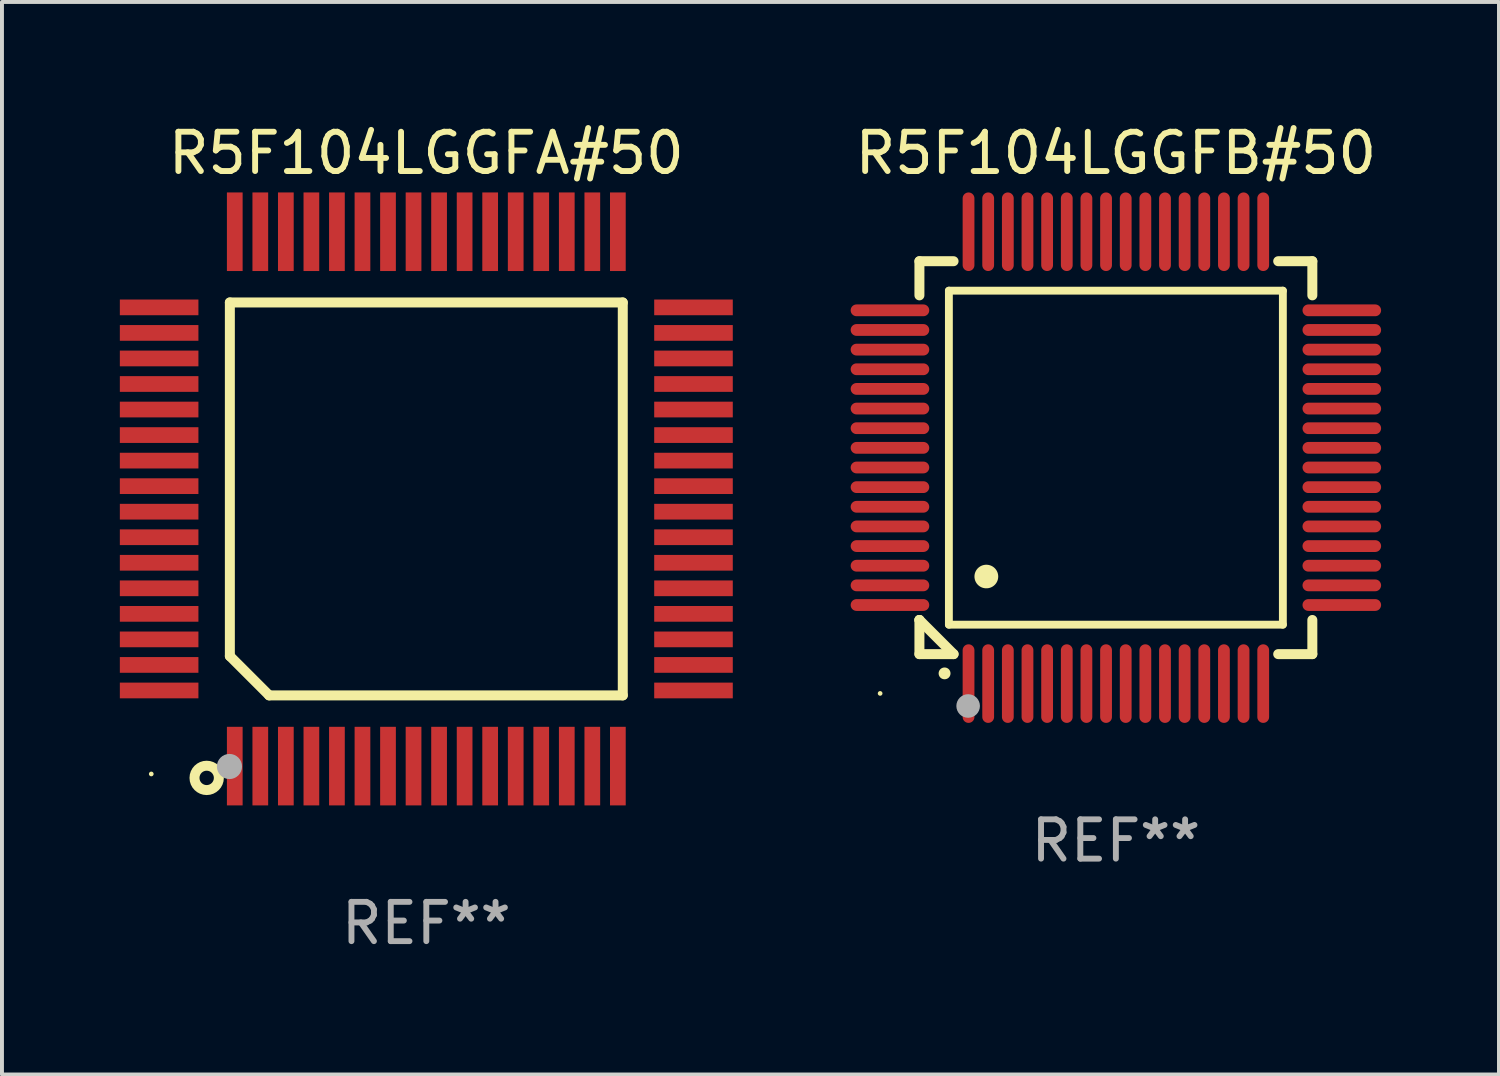
<source format=kicad_pcb>
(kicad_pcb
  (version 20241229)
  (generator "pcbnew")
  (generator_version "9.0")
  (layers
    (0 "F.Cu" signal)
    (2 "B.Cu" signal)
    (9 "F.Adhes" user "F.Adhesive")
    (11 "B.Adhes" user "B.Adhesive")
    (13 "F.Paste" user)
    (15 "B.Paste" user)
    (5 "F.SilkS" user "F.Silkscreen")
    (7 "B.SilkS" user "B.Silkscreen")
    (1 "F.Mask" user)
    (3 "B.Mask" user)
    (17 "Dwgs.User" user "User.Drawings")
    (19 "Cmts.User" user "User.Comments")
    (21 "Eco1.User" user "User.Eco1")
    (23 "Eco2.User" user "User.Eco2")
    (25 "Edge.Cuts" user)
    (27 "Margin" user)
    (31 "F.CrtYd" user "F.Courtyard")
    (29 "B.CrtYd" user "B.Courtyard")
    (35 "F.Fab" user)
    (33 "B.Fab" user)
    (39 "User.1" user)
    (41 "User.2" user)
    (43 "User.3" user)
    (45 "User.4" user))
  (footprint "R5F104LGGFB#50"
    (layer "F.Cu")
    (at 25.35 8.598)
    (property "Reference" "R5F104LGGFB#50" (at 0 -7.75 0) (layer "F.SilkS") (effects (font (size 1 1) (thickness 0.15))))
    (attr through_hole)
    (fp_line (start -5 -5) (end -4.131 -5) (stroke (width 0.254) (type solid)) (layer "F.SilkS"))
    (fp_line (start -5 -4.131) (end -5 -5) (stroke (width 0.254) (type solid)) (layer "F.SilkS"))
    (fp_line (start -5 4.131) (end -5 4.131) (stroke (width 0.254) (type solid)) (layer "F.SilkS"))
    (fp_line (start -5 5) (end -5 4.131) (stroke (width 0.254) (type solid)) (layer "F.SilkS"))
    (fp_line (start -5 4.131) (end -4.131 5) (stroke (width 0.254) (type solid)) (layer "F.SilkS"))
    (fp_line (start -4.25 -4.25) (end -4.25 4.25) (stroke (width 0.2) (type solid)) (layer "F.SilkS"))
    (fp_line (start -4.25 4.25) (end 4.25 4.25) (stroke (width 0.2) (type solid)) (layer "F.SilkS"))
    (fp_line (start -4.131 5) (end -5 5) (stroke (width 0.254) (type solid)) (layer "F.SilkS"))
    (fp_line (start 4.25 -4.25) (end -4.25 -4.25) (stroke (width 0.2) (type solid)) (layer "F.SilkS"))
    (fp_line (start 4.25 4.25) (end 4.25 -4.25) (stroke (width 0.2) (type solid)) (layer "F.SilkS"))
    (fp_line (start 5 -5) (end 4.131 -5) (stroke (width 0.254) (type solid)) (layer "F.SilkS"))
    (fp_line (start 5 -5) (end 5 -4.131) (stroke (width 0.254) (type solid)) (layer "F.SilkS"))
    (fp_line (start 5 4.131) (end 5 5) (stroke (width 0.254) (type solid)) (layer "F.SilkS"))
    (fp_line (start 5 5) (end 4.131 5) (stroke (width 0.254) (type solid)) (layer "F.SilkS"))
    (fp_arc (start -4.361265 5.489992) (mid -4.359995 5.489987) (end -4.358725 5.489992) (stroke (width 0.3) (type solid)) (layer "F.SilkS"))
    (fp_arc (start -3.299467 3.025146) (mid -3.296927 3.025135) (end -3.294387 3.025146) (stroke (width 0.6) (type solid)) (layer "F.SilkS"))
    (fp_circle (center -6 6) (end -5.97 6) (stroke (width 0.06) (type solid)) (fill no) (layer "F.SilkS"))
    (fp_circle (center -3.76 6.32) (end -3.61 6.32) (stroke (width 0.3) (type solid)) (fill no) (layer "F.Fab"))
    (fp_text user "REF**" (at 0 9.75 0) (layer "F.Fab") (effects (font (size 1 1) (thickness 0.15))))
    (pad "1" smd oval (at -3.75 5.75) (size 0.3 2) (layers "F.Cu" "F.Mask" "F.Paste"))
    (pad "2" smd oval (at -3.25 5.75) (size 0.3 2) (layers "F.Cu" "F.Mask" "F.Paste"))
    (pad "3" smd oval (at -2.75 5.75) (size 0.3 2) (layers "F.Cu" "F.Mask" "F.Paste"))
    (pad "4" smd oval (at -2.25 5.75) (size 0.3 2) (layers "F.Cu" "F.Mask" "F.Paste"))
    (pad "5" smd oval (at -1.75 5.75) (size 0.3 2) (layers "F.Cu" "F.Mask" "F.Paste"))
    (pad "6" smd oval (at -1.25 5.75) (size 0.3 2) (layers "F.Cu" "F.Mask" "F.Paste"))
    (pad "7" smd oval (at -0.75 5.75) (size 0.3 2) (layers "F.Cu" "F.Mask" "F.Paste"))
    (pad "8" smd oval (at -0.25 5.75) (size 0.3 2) (layers "F.Cu" "F.Mask" "F.Paste"))
    (pad "9" smd oval (at 0.25 5.75) (size 0.3 2) (layers "F.Cu" "F.Mask" "F.Paste"))
    (pad "10" smd oval (at 0.75 5.75) (size 0.3 2) (layers "F.Cu" "F.Mask" "F.Paste"))
    (pad "11" smd oval (at 1.25 5.75) (size 0.3 2) (layers "F.Cu" "F.Mask" "F.Paste"))
    (pad "12" smd oval (at 1.75 5.75) (size 0.3 2) (layers "F.Cu" "F.Mask" "F.Paste"))
    (pad "13" smd oval (at 2.25 5.75) (size 0.3 2) (layers "F.Cu" "F.Mask" "F.Paste"))
    (pad "14" smd oval (at 2.75 5.75) (size 0.3 2) (layers "F.Cu" "F.Mask" "F.Paste"))
    (pad "15" smd oval (at 3.25 5.75) (size 0.3 2) (layers "F.Cu" "F.Mask" "F.Paste"))
    (pad "16" smd oval (at 3.75 5.75) (size 0.3 2) (layers "F.Cu" "F.Mask" "F.Paste"))
    (pad "17" smd oval (at 5.75 3.75) (size 2 0.3) (layers "F.Cu" "F.Mask" "F.Paste"))
    (pad "18" smd oval (at 5.75 3.25) (size 2 0.3) (layers "F.Cu" "F.Mask" "F.Paste"))
    (pad "19" smd oval (at 5.75 2.75) (size 2 0.3) (layers "F.Cu" "F.Mask" "F.Paste"))
    (pad "20" smd oval (at 5.75 2.25) (size 2 0.3) (layers "F.Cu" "F.Mask" "F.Paste"))
    (pad "21" smd oval (at 5.75 1.75) (size 2 0.3) (layers "F.Cu" "F.Mask" "F.Paste"))
    (pad "22" smd oval (at 5.75 1.25) (size 2 0.3) (layers "F.Cu" "F.Mask" "F.Paste"))
    (pad "23" smd oval (at 5.75 0.75) (size 2 0.3) (layers "F.Cu" "F.Mask" "F.Paste"))
    (pad "24" smd oval (at 5.75 0.25) (size 2 0.3) (layers "F.Cu" "F.Mask" "F.Paste"))
    (pad "25" smd oval (at 5.75 -0.25) (size 2 0.3) (layers "F.Cu" "F.Mask" "F.Paste"))
    (pad "26" smd oval (at 5.75 -0.75) (size 2 0.3) (layers "F.Cu" "F.Mask" "F.Paste"))
    (pad "27" smd oval (at 5.75 -1.25) (size 2 0.3) (layers "F.Cu" "F.Mask" "F.Paste"))
    (pad "28" smd oval (at 5.75 -1.75) (size 2 0.3) (layers "F.Cu" "F.Mask" "F.Paste"))
    (pad "29" smd oval (at 5.75 -2.25) (size 2 0.3) (layers "F.Cu" "F.Mask" "F.Paste"))
    (pad "30" smd oval (at 5.75 -2.75) (size 2 0.3) (layers "F.Cu" "F.Mask" "F.Paste"))
    (pad "31" smd oval (at 5.75 -3.25) (size 2 0.3) (layers "F.Cu" "F.Mask" "F.Paste"))
    (pad "32" smd oval (at 5.75 -3.75) (size 2 0.3) (layers "F.Cu" "F.Mask" "F.Paste"))
    (pad "33" smd oval (at 3.75 -5.75) (size 0.3 2) (layers "F.Cu" "F.Mask" "F.Paste"))
    (pad "34" smd oval (at 3.25 -5.75) (size 0.3 2) (layers "F.Cu" "F.Mask" "F.Paste"))
    (pad "35" smd oval (at 2.75 -5.75) (size 0.3 2) (layers "F.Cu" "F.Mask" "F.Paste"))
    (pad "36" smd oval (at 2.25 -5.75) (size 0.3 2) (layers "F.Cu" "F.Mask" "F.Paste"))
    (pad "37" smd oval (at 1.75 -5.75) (size 0.3 2) (layers "F.Cu" "F.Mask" "F.Paste"))
    (pad "38" smd oval (at 1.25 -5.75) (size 0.3 2) (layers "F.Cu" "F.Mask" "F.Paste"))
    (pad "39" smd oval (at 0.75 -5.75) (size 0.3 2) (layers "F.Cu" "F.Mask" "F.Paste"))
    (pad "40" smd oval (at 0.25 -5.75) (size 0.3 2) (layers "F.Cu" "F.Mask" "F.Paste"))
    (pad "41" smd oval (at -0.25 -5.75) (size 0.3 2) (layers "F.Cu" "F.Mask" "F.Paste"))
    (pad "42" smd oval (at -0.75 -5.75) (size 0.3 2) (layers "F.Cu" "F.Mask" "F.Paste"))
    (pad "43" smd oval (at -1.25 -5.75) (size 0.3 2) (layers "F.Cu" "F.Mask" "F.Paste"))
    (pad "44" smd oval (at -1.75 -5.75) (size 0.3 2) (layers "F.Cu" "F.Mask" "F.Paste"))
    (pad "45" smd oval (at -2.25 -5.75) (size 0.3 2) (layers "F.Cu" "F.Mask" "F.Paste"))
    (pad "46" smd oval (at -2.75 -5.75) (size 0.3 2) (layers "F.Cu" "F.Mask" "F.Paste"))
    (pad "47" smd oval (at -3.25 -5.75) (size 0.3 2) (layers "F.Cu" "F.Mask" "F.Paste"))
    (pad "48" smd oval (at -3.75 -5.75) (size 0.3 2) (layers "F.Cu" "F.Mask" "F.Paste"))
    (pad "49" smd oval (at -5.75 -3.75) (size 2 0.3) (layers "F.Cu" "F.Mask" "F.Paste"))
    (pad "50" smd oval (at -5.75 -3.25) (size 2 0.3) (layers "F.Cu" "F.Mask" "F.Paste"))
    (pad "51" smd oval (at -5.75 -2.75) (size 2 0.3) (layers "F.Cu" "F.Mask" "F.Paste"))
    (pad "52" smd oval (at -5.75 -2.25) (size 2 0.3) (layers "F.Cu" "F.Mask" "F.Paste"))
    (pad "53" smd oval (at -5.75 -1.75) (size 2 0.3) (layers "F.Cu" "F.Mask" "F.Paste"))
    (pad "54" smd oval (at -5.75 -1.25) (size 2 0.3) (layers "F.Cu" "F.Mask" "F.Paste"))
    (pad "55" smd oval (at -5.75 -0.75) (size 2 0.3) (layers "F.Cu" "F.Mask" "F.Paste"))
    (pad "56" smd oval (at -5.75 -0.25) (size 2 0.3) (layers "F.Cu" "F.Mask" "F.Paste"))
    (pad "57" smd oval (at -5.75 0.25) (size 2 0.3) (layers "F.Cu" "F.Mask" "F.Paste"))
    (pad "58" smd oval (at -5.75 0.75) (size 2 0.3) (layers "F.Cu" "F.Mask" "F.Paste"))
    (pad "59" smd oval (at -5.75 1.25) (size 2 0.3) (layers "F.Cu" "F.Mask" "F.Paste"))
    (pad "60" smd oval (at -5.75 1.75) (size 2 0.3) (layers "F.Cu" "F.Mask" "F.Paste"))
    (pad "61" smd oval (at -5.75 2.25) (size 2 0.3) (layers "F.Cu" "F.Mask" "F.Paste"))
    (pad "62" smd oval (at -5.75 2.75) (size 2 0.3) (layers "F.Cu" "F.Mask" "F.Paste"))
    (pad "63" smd oval (at -5.75 3.25) (size 2 0.3) (layers "F.Cu" "F.Mask" "F.Paste"))
    (pad "64" smd oval (at -5.75 3.75) (size 2 0.3) (layers "F.Cu" "F.Mask" "F.Paste")))
  (footprint "R5F104LGGFA#50"
    (layer "F.Cu")
    (at 7.8 9.648)
    (property "Reference" "R5F104LGGFA#50" (at 0 -8.8 0) (layer "F.SilkS") (effects (font (size 1 1) (thickness 0.15))))
    (attr through_hole)
    (fp_line (start -5 -5) (end 5 -5) (stroke (width 0.254) (type solid)) (layer "F.SilkS"))
    (fp_line (start -5 4) (end -5 -5) (stroke (width 0.254) (type solid)) (layer "F.SilkS"))
    (fp_line (start -4 5) (end -5 4) (stroke (width 0.254) (type solid)) (layer "F.SilkS"))
    (fp_line (start 5 -5) (end 5 5) (stroke (width 0.254) (type solid)) (layer "F.SilkS"))
    (fp_line (start 5 5) (end -4 5) (stroke (width 0.254) (type solid)) (layer "F.SilkS"))
    (fp_circle (center -7 7) (end -6.97 7) (stroke (width 0.06) (type solid)) (fill no) (layer "F.SilkS"))
    (fp_circle (center -5.59 7.1) (end -5.28 7.1) (stroke (width 0.254) (type solid)) (fill no) (layer "F.SilkS"))
    (fp_circle (center -5.01 6.81) (end -4.85 6.81) (stroke (width 0.32) (type solid)) (fill no) (layer "F.Fab"))
    (fp_text user "REF**" (at 0 10.8 0) (layer "F.Fab") (effects (font (size 1 1) (thickness 0.15))))
    (pad "1" smd rect (at -4.875 6.8) (size 0.4 2) (layers "F.Cu" "F.Mask" "F.Paste"))
    (pad "2" smd rect (at -4.225 6.8) (size 0.4 2) (layers "F.Cu" "F.Mask" "F.Paste"))
    (pad "3" smd rect (at -3.575 6.8) (size 0.4 2) (layers "F.Cu" "F.Mask" "F.Paste"))
    (pad "4" smd rect (at -2.925 6.8) (size 0.4 2) (layers "F.Cu" "F.Mask" "F.Paste"))
    (pad "5" smd rect (at -2.275 6.8) (size 0.4 2) (layers "F.Cu" "F.Mask" "F.Paste"))
    (pad "6" smd rect (at -1.625 6.8) (size 0.4 2) (layers "F.Cu" "F.Mask" "F.Paste"))
    (pad "7" smd rect (at -0.975 6.8) (size 0.4 2) (layers "F.Cu" "F.Mask" "F.Paste"))
    (pad "8" smd rect (at -0.325 6.8) (size 0.4 2) (layers "F.Cu" "F.Mask" "F.Paste"))
    (pad "9" smd rect (at 0.325 6.8) (size 0.4 2) (layers "F.Cu" "F.Mask" "F.Paste"))
    (pad "10" smd rect (at 0.975 6.8) (size 0.4 2) (layers "F.Cu" "F.Mask" "F.Paste"))
    (pad "11" smd rect (at 1.625 6.8) (size 0.4 2) (layers "F.Cu" "F.Mask" "F.Paste"))
    (pad "12" smd rect (at 2.275 6.8) (size 0.4 2) (layers "F.Cu" "F.Mask" "F.Paste"))
    (pad "13" smd rect (at 2.925 6.8) (size 0.4 2) (layers "F.Cu" "F.Mask" "F.Paste"))
    (pad "14" smd rect (at 3.575 6.8) (size 0.4 2) (layers "F.Cu" "F.Mask" "F.Paste"))
    (pad "15" smd rect (at 4.225 6.8) (size 0.4 2) (layers "F.Cu" "F.Mask" "F.Paste"))
    (pad "16" smd rect (at 4.875 6.8) (size 0.4 2) (layers "F.Cu" "F.Mask" "F.Paste"))
    (pad "17" smd rect (at 6.8 4.875) (size 2 0.4) (layers "F.Cu" "F.Mask" "F.Paste"))
    (pad "18" smd rect (at 6.8 4.225) (size 2 0.4) (layers "F.Cu" "F.Mask" "F.Paste"))
    (pad "19" smd rect (at 6.8 3.575) (size 2 0.4) (layers "F.Cu" "F.Mask" "F.Paste"))
    (pad "20" smd rect (at 6.8 2.925) (size 2 0.4) (layers "F.Cu" "F.Mask" "F.Paste"))
    (pad "21" smd rect (at 6.8 2.275) (size 2 0.4) (layers "F.Cu" "F.Mask" "F.Paste"))
    (pad "22" smd rect (at 6.8 1.625) (size 2 0.4) (layers "F.Cu" "F.Mask" "F.Paste"))
    (pad "23" smd rect (at 6.8 0.975) (size 2 0.4) (layers "F.Cu" "F.Mask" "F.Paste"))
    (pad "24" smd rect (at 6.8 0.325) (size 2 0.4) (layers "F.Cu" "F.Mask" "F.Paste"))
    (pad "25" smd rect (at 6.8 -0.325) (size 2 0.4) (layers "F.Cu" "F.Mask" "F.Paste"))
    (pad "26" smd rect (at 6.8 -0.975) (size 2 0.4) (layers "F.Cu" "F.Mask" "F.Paste"))
    (pad "27" smd rect (at 6.8 -1.625) (size 2 0.4) (layers "F.Cu" "F.Mask" "F.Paste"))
    (pad "28" smd rect (at 6.8 -2.275) (size 2 0.4) (layers "F.Cu" "F.Mask" "F.Paste"))
    (pad "29" smd rect (at 6.8 -2.925) (size 2 0.4) (layers "F.Cu" "F.Mask" "F.Paste"))
    (pad "30" smd rect (at 6.8 -3.575) (size 2 0.4) (layers "F.Cu" "F.Mask" "F.Paste"))
    (pad "31" smd rect (at 6.8 -4.225) (size 2 0.4) (layers "F.Cu" "F.Mask" "F.Paste"))
    (pad "32" smd rect (at 6.8 -4.875) (size 2 0.4) (layers "F.Cu" "F.Mask" "F.Paste"))
    (pad "33" smd rect (at 4.875 -6.8) (size 0.4 2) (layers "F.Cu" "F.Mask" "F.Paste"))
    (pad "34" smd rect (at 4.225 -6.8) (size 0.4 2) (layers "F.Cu" "F.Mask" "F.Paste"))
    (pad "35" smd rect (at 3.575 -6.8) (size 0.4 2) (layers "F.Cu" "F.Mask" "F.Paste"))
    (pad "36" smd rect (at 2.925 -6.8) (size 0.4 2) (layers "F.Cu" "F.Mask" "F.Paste"))
    (pad "37" smd rect (at 2.275 -6.8) (size 0.4 2) (layers "F.Cu" "F.Mask" "F.Paste"))
    (pad "38" smd rect (at 1.625 -6.8) (size 0.4 2) (layers "F.Cu" "F.Mask" "F.Paste"))
    (pad "39" smd rect (at 0.975 -6.8) (size 0.4 2) (layers "F.Cu" "F.Mask" "F.Paste"))
    (pad "40" smd rect (at 0.325 -6.8) (size 0.4 2) (layers "F.Cu" "F.Mask" "F.Paste"))
    (pad "41" smd rect (at -0.325 -6.8) (size 0.4 2) (layers "F.Cu" "F.Mask" "F.Paste"))
    (pad "42" smd rect (at -0.975 -6.8) (size 0.4 2) (layers "F.Cu" "F.Mask" "F.Paste"))
    (pad "43" smd rect (at -1.625 -6.8) (size 0.4 2) (layers "F.Cu" "F.Mask" "F.Paste"))
    (pad "44" smd rect (at -2.275 -6.8) (size 0.4 2) (layers "F.Cu" "F.Mask" "F.Paste"))
    (pad "45" smd rect (at -2.925 -6.8) (size 0.4 2) (layers "F.Cu" "F.Mask" "F.Paste"))
    (pad "46" smd rect (at -3.575 -6.8) (size 0.4 2) (layers "F.Cu" "F.Mask" "F.Paste"))
    (pad "47" smd rect (at -4.225 -6.8) (size 0.4 2) (layers "F.Cu" "F.Mask" "F.Paste"))
    (pad "48" smd rect (at -4.875 -6.8) (size 0.4 2) (layers "F.Cu" "F.Mask" "F.Paste"))
    (pad "49" smd rect (at -6.8 -4.875) (size 2 0.4) (layers "F.Cu" "F.Mask" "F.Paste"))
    (pad "50" smd rect (at -6.8 -4.225) (size 2 0.4) (layers "F.Cu" "F.Mask" "F.Paste"))
    (pad "51" smd rect (at -6.8 -3.575) (size 2 0.4) (layers "F.Cu" "F.Mask" "F.Paste"))
    (pad "52" smd rect (at -6.8 -2.925) (size 2 0.4) (layers "F.Cu" "F.Mask" "F.Paste"))
    (pad "53" smd rect (at -6.8 -2.275) (size 2 0.4) (layers "F.Cu" "F.Mask" "F.Paste"))
    (pad "54" smd rect (at -6.8 -1.625) (size 2 0.4) (layers "F.Cu" "F.Mask" "F.Paste"))
    (pad "55" smd rect (at -6.8 -0.975) (size 2 0.4) (layers "F.Cu" "F.Mask" "F.Paste"))
    (pad "56" smd rect (at -6.8 -0.325) (size 2 0.4) (layers "F.Cu" "F.Mask" "F.Paste"))
    (pad "57" smd rect (at -6.8 0.325) (size 2 0.4) (layers "F.Cu" "F.Mask" "F.Paste"))
    (pad "58" smd rect (at -6.8 0.975) (size 2 0.4) (layers "F.Cu" "F.Mask" "F.Paste"))
    (pad "59" smd rect (at -6.8 1.625) (size 2 0.4) (layers "F.Cu" "F.Mask" "F.Paste"))
    (pad "60" smd rect (at -6.8 2.275) (size 2 0.4) (layers "F.Cu" "F.Mask" "F.Paste"))
    (pad "61" smd rect (at -6.8 2.925) (size 2 0.4) (layers "F.Cu" "F.Mask" "F.Paste"))
    (pad "62" smd rect (at -6.8 3.575) (size 2 0.4) (layers "F.Cu" "F.Mask" "F.Paste"))
    (pad "63" smd rect (at -6.8 4.225) (size 2 0.4) (layers "F.Cu" "F.Mask" "F.Paste"))
    (pad "64" smd rect (at -6.8 4.875) (size 2 0.4) (layers "F.Cu" "F.Mask" "F.Paste")))
  (gr_rect
    (start -3 -3)
    (end 35.1 24.297)
    (stroke (width 0.1) (type default))
    (fill no)
    (layer "Edge.Cuts")))
</source>
